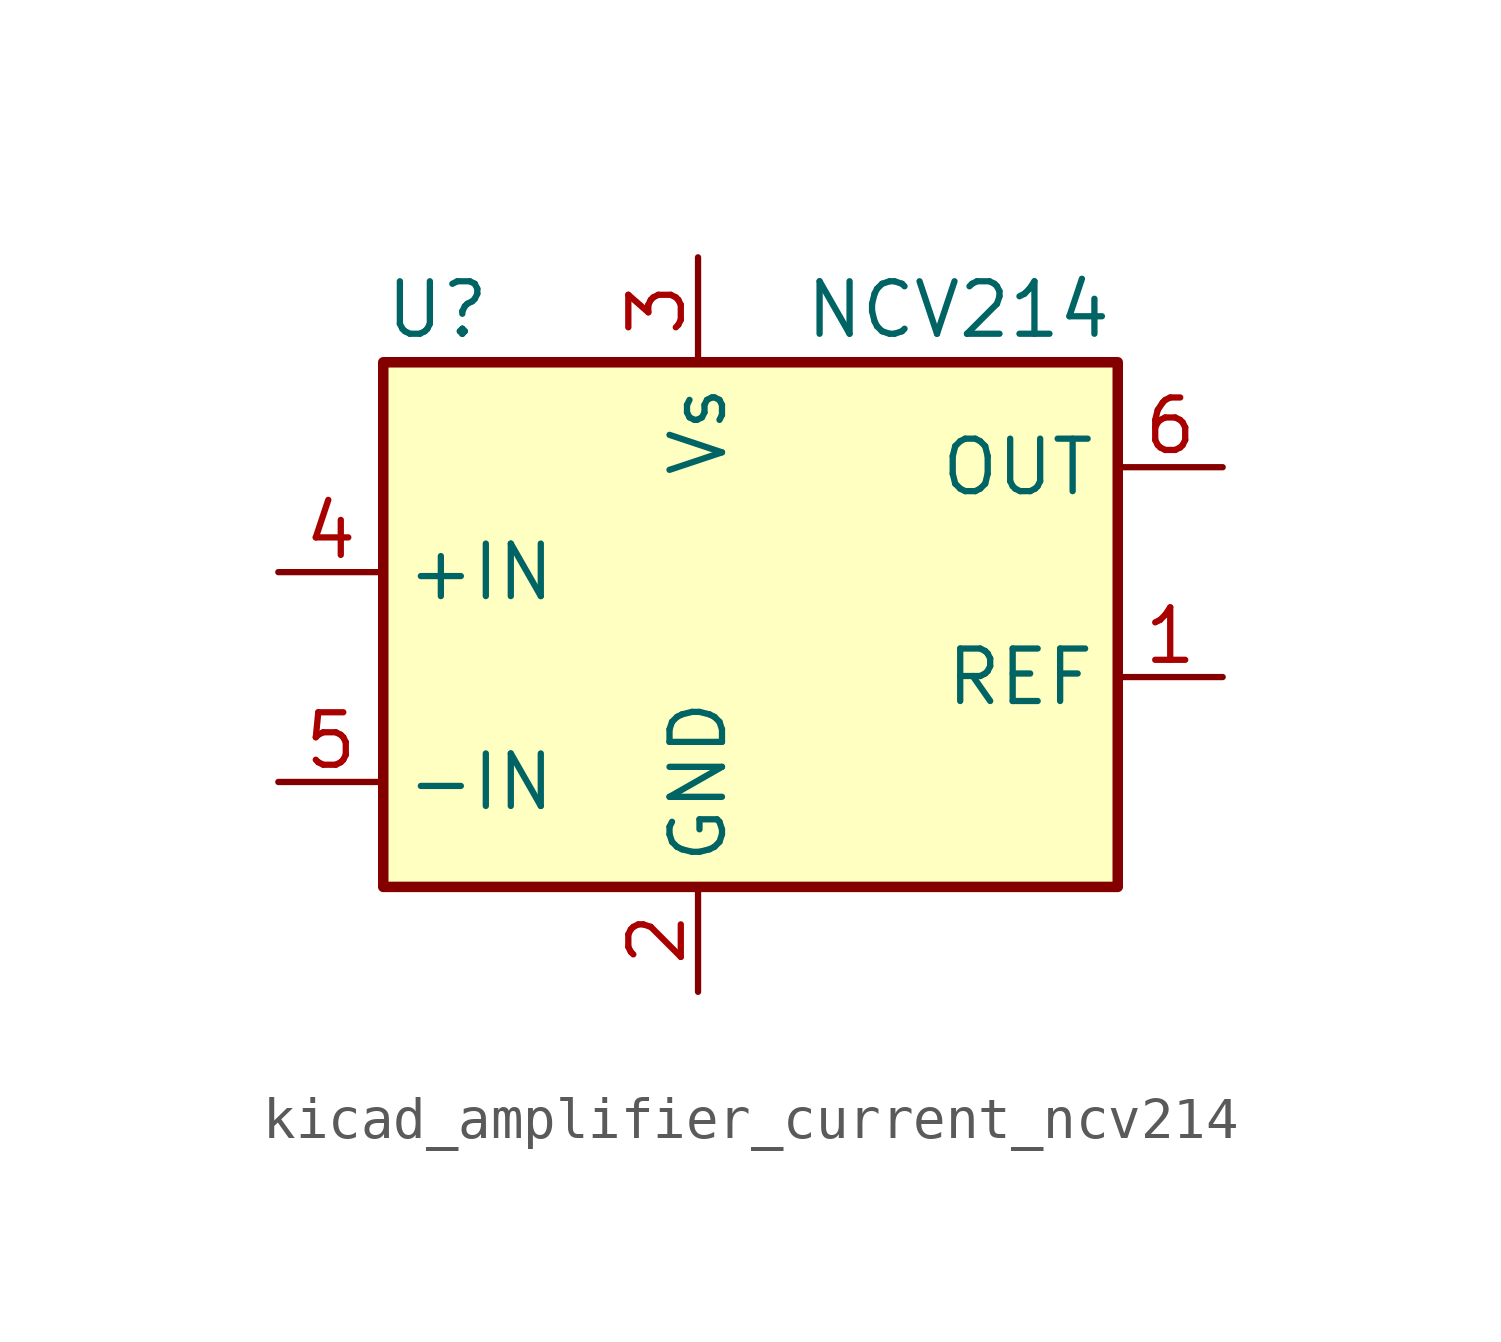
<source format=kicad_sym>
(kicad_symbol_lib
  (version 20220914)
  (generator kicad_symbol_editor)
  (symbol "kicad_amplifier_current_ncv214"
    (property "Reference" "U"
      (at -7.62 8.89 0)
      (effects (font (size 1.27 1.27)) (justify left)))
    (property "Value" "NCV214"
      (at 2.54 8.89 0)
      (effects (font (size 1.27 1.27)) (justify left)))
    (symbol "kicad_amplifier_current_ncv214_0_1"
      (rectangle (start -7.62 7.62) (end 10.16 -5.08) (stroke (width 0.254) (type default)) (fill (type background))))
    (symbol "kicad_amplifier_current_ncv214_1_1"
      (pin input line (at 12.7 0 180) (length 2.54) (name "REF" (effects (font (size 1.27 1.27)))) (number "1" (effects (font (size 1.27 1.27)))))
      (pin power_in line (at 0 -7.62 90) (length 2.54) (name "GND" (effects (font (size 1.27 1.27)))) (number "2" (effects (font (size 1.27 1.27)))))
      (pin power_in line (at 0 10.16 270) (length 2.54) (name "Vs" (effects (font (size 1.27 1.27)))) (number "3" (effects (font (size 1.27 1.27)))))
      (pin input line (at -10.16 2.54 0) (length 2.54) (name "+IN" (effects (font (size 1.27 1.27)))) (number "4" (effects (font (size 1.27 1.27)))))
      (pin input line (at -10.16 -2.54 0) (length 2.54) (name "-IN" (effects (font (size 1.27 1.27)))) (number "5" (effects (font (size 1.27 1.27)))))
      (pin output line (at 12.7 5.08 180) (length 2.54) (name "OUT" (effects (font (size 1.27 1.27)))) (number "6" (effects (font (size 1.27 1.27))))))))
</source>
